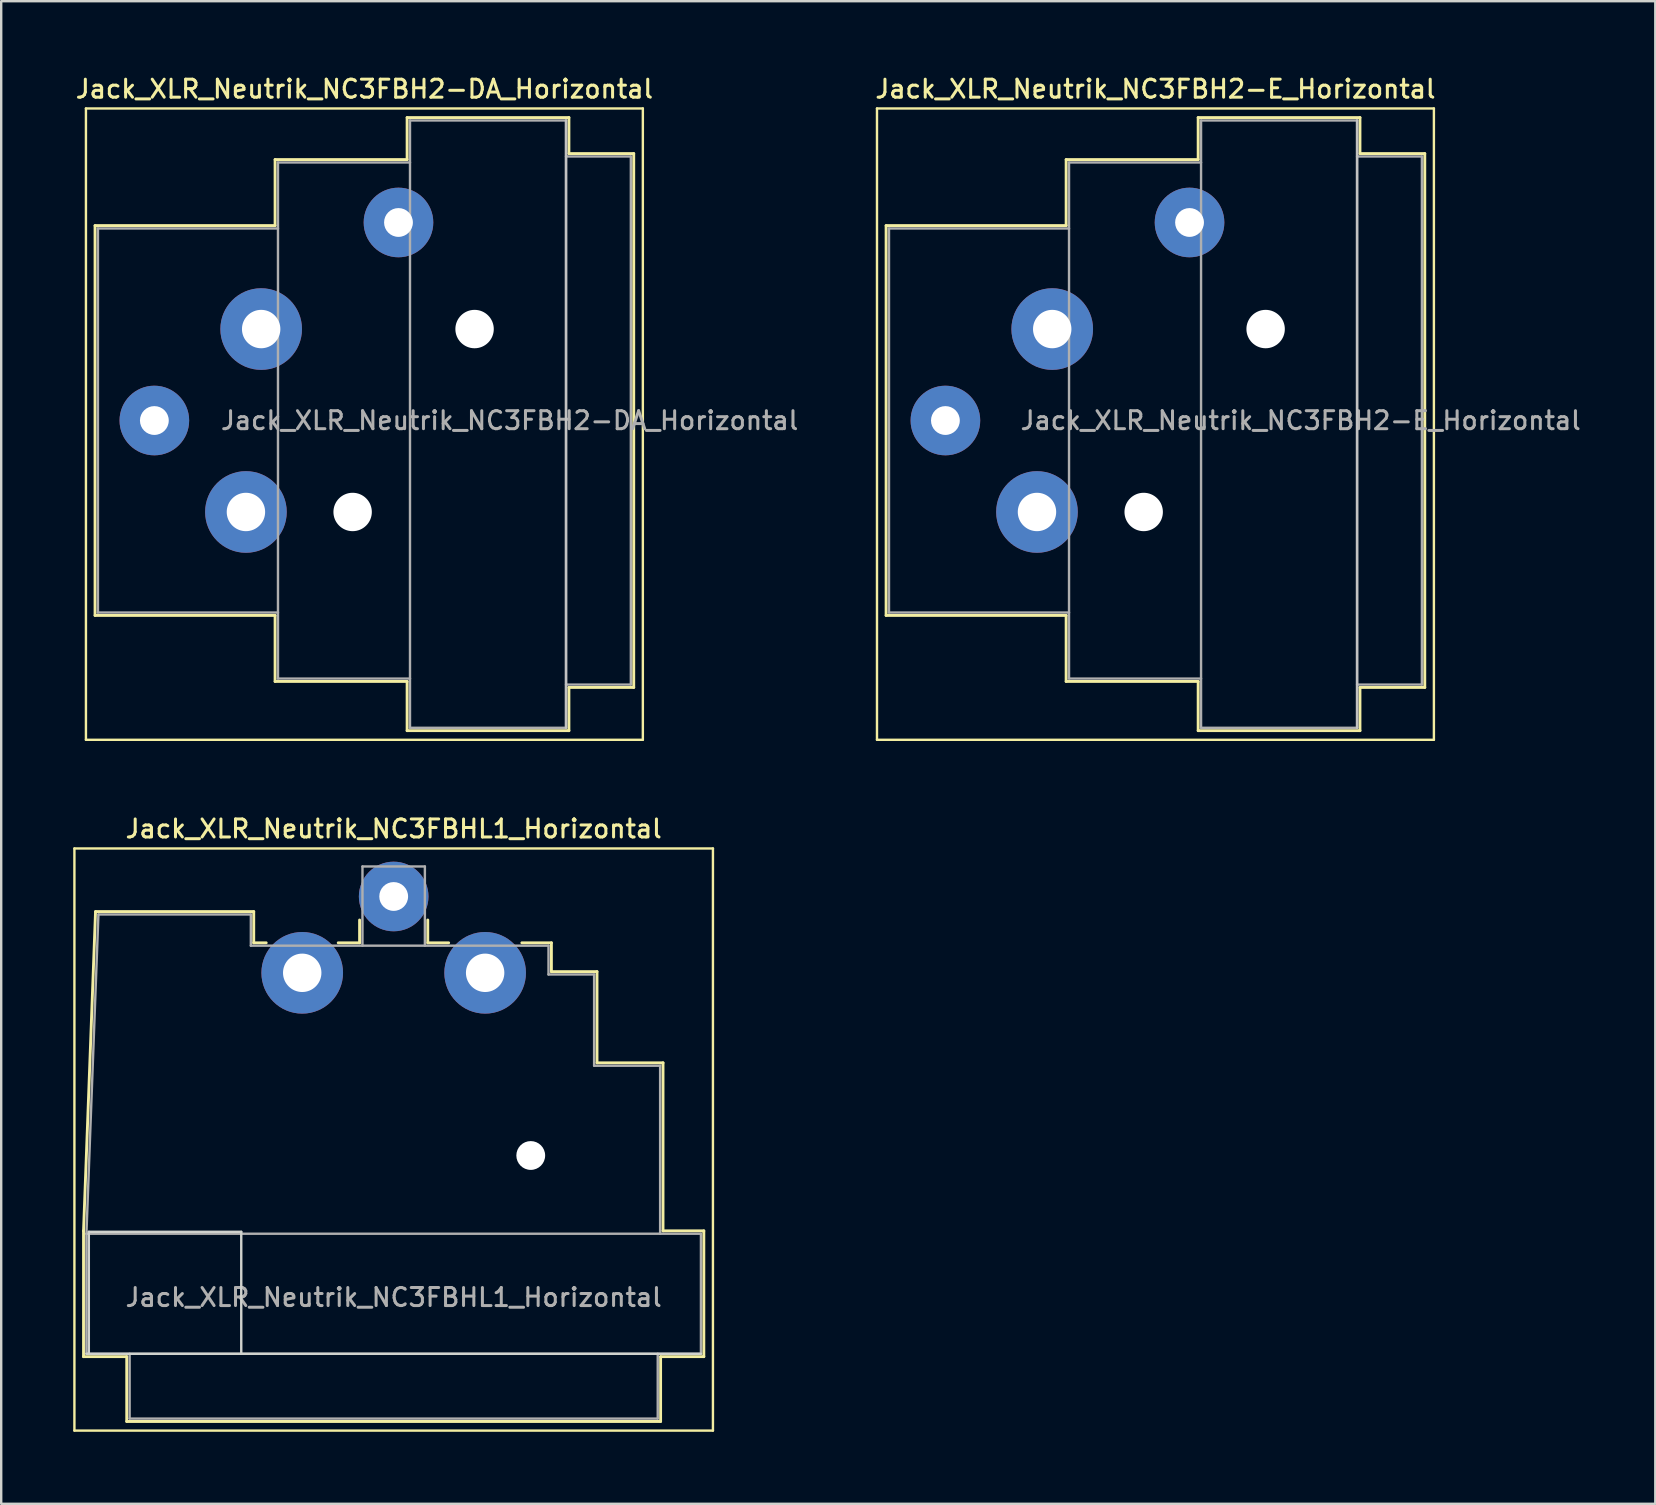
<source format=kicad_pcb>
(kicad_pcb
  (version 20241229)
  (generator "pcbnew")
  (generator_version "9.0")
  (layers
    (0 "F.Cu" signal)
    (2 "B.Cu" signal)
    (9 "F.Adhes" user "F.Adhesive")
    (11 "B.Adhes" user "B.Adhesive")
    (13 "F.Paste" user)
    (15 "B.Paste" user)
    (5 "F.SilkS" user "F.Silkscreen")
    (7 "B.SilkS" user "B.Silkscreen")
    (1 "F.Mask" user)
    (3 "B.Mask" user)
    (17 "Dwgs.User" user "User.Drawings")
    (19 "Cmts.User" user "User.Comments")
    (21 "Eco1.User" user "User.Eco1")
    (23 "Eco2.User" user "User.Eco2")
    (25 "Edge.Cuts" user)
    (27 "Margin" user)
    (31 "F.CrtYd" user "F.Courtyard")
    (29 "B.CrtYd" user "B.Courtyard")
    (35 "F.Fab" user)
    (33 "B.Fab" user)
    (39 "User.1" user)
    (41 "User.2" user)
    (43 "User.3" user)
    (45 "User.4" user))
  (footprint "Jack_XLR_Neutrik_NC3FBH2-DA_Horizontal"
    (layer "F.Cu")
    (at 7.83 10.658)
    (property "Reference" "Jack_XLR_Neutrik_NC3FBH2-DA_Horizontal" (at 4.3 -10 0) (layer "F.SilkS") (effects (font (size 0.75 0.75) (thickness 0.125))))
    (attr through_hole)
    (fp_line (start -7.3 -9.19) (end -7.3 17.11) (stroke (width 0.1) (type solid)) (layer "F.SilkS"))
    (fp_line (start -6.92 -4.31) (end -6.92 11.93) (stroke (width 0.12) (type solid)) (layer "F.SilkS"))
    (fp_line (start 0.58 -7.06) (end 0.58 -4.31) (stroke (width 0.12) (type solid)) (layer "F.SilkS"))
    (fp_line (start 0.58 -4.31) (end -6.92 -4.31) (stroke (width 0.12) (type solid)) (layer "F.SilkS"))
    (fp_line (start 0.58 11.93) (end -6.92 11.93) (stroke (width 0.12) (type solid)) (layer "F.SilkS"))
    (fp_line (start 0.58 11.93) (end 0.58 14.68) (stroke (width 0.12) (type solid)) (layer "F.SilkS"))
    (fp_line (start 6.08 -7.06) (end 0.58 -7.06) (stroke (width 0.12) (type solid)) (layer "F.SilkS"))
    (fp_line (start 6.08 -7.06) (end 6.08 -8.81) (stroke (width 0.12) (type solid)) (layer "F.SilkS"))
    (fp_line (start 6.08 14.68) (end 0.58 14.68) (stroke (width 0.12) (type solid)) (layer "F.SilkS"))
    (fp_line (start 6.08 16.73) (end 6.08 14.68) (stroke (width 0.12) (type solid)) (layer "F.SilkS"))
    (fp_line (start 12.82 -8.81) (end 6.08 -8.81) (stroke (width 0.12) (type solid)) (layer "F.SilkS"))
    (fp_line (start 12.82 -8.81) (end 12.82 -7.31) (stroke (width 0.12) (type solid)) (layer "F.SilkS"))
    (fp_line (start 12.82 -7.31) (end 15.52 -7.31) (stroke (width 0.12) (type solid)) (layer "F.SilkS"))
    (fp_line (start 12.82 14.93) (end 12.82 16.73) (stroke (width 0.12) (type solid)) (layer "F.SilkS"))
    (fp_line (start 12.82 14.93) (end 15.52 14.93) (stroke (width 0.12) (type solid)) (layer "F.SilkS"))
    (fp_line (start 12.82 16.73) (end 6.08 16.73) (stroke (width 0.12) (type solid)) (layer "F.SilkS"))
    (fp_line (start 15.52 -7.31) (end 15.52 14.93) (stroke (width 0.12) (type solid)) (layer "F.SilkS"))
    (fp_line (start 15.9 -9.19) (end -7.3 -9.19) (stroke (width 0.1) (type solid)) (layer "F.SilkS"))
    (fp_line (start 15.9 -9.19) (end 15.9 17.11) (stroke (width 0.1) (type solid)) (layer "F.SilkS"))
    (fp_line (start 15.9 17.11) (end -7.3 17.11) (stroke (width 0.1) (type solid)) (layer "F.SilkS"))
    (fp_line (start 12.7 -8.69) (end 12.7 16.61) (stroke (width 0.1) (type solid)) (layer "Dwgs.User"))
    (fp_line (start -6.8 -4.19) (end -6.8 11.81) (stroke (width 0.1) (type solid)) (layer "F.Fab"))
    (fp_line (start -6.8 11.81) (end 0.7 11.81) (stroke (width 0.1) (type solid)) (layer "F.Fab"))
    (fp_line (start 0.7 -6.94) (end 0.7 14.56) (stroke (width 0.1) (type solid)) (layer "F.Fab"))
    (fp_line (start 0.7 -4.19) (end -6.8 -4.19) (stroke (width 0.1) (type solid)) (layer "F.Fab"))
    (fp_line (start 0.7 14.56) (end 6.2 14.56) (stroke (width 0.1) (type solid)) (layer "F.Fab"))
    (fp_line (start 6.2 -8.69) (end 12.7 -8.69) (stroke (width 0.1) (type solid)) (layer "F.Fab"))
    (fp_line (start 6.2 -6.94) (end 0.7 -6.94) (stroke (width 0.1) (type solid)) (layer "F.Fab"))
    (fp_line (start 6.2 16.61) (end 6.2 -8.69) (stroke (width 0.1) (type solid)) (layer "F.Fab"))
    (fp_line (start 12.7 -8.69) (end 12.7 16.61) (stroke (width 0.1) (type solid)) (layer "F.Fab"))
    (fp_line (start 12.7 -7.19) (end 15.4 -7.19) (stroke (width 0.1) (type solid)) (layer "F.Fab"))
    (fp_line (start 12.7 16.61) (end 6.2 16.61) (stroke (width 0.1) (type solid)) (layer "F.Fab"))
    (fp_line (start 15.4 -7.19) (end 15.4 14.81) (stroke (width 0.1) (type solid)) (layer "F.Fab"))
    (fp_line (start 15.4 14.81) (end 12.7 14.81) (stroke (width 0.1) (type solid)) (layer "F.Fab"))
    (fp_text user "${REFERENCE}" (at 10.35 3.81 0) (layer "F.Fab") (effects (font (size 0.75 0.75) (thickness 0.125))))
    (pad "" np_thru_hole circle (at 3.81 7.62) (size 1.6 1.6) (drill 1.6) (layers "*.Cu" "*.Mask"))
    (pad "" np_thru_hole circle (at 8.89 0) (size 1.6 1.6) (drill 1.6) (layers "*.Cu" "*.Mask"))
    (pad "1" thru_hole circle (at 0 0) (size 3.4 3.4) (drill 1.6) (layers "*.Cu" "*.Mask"))
    (pad "2" thru_hole circle (at -0.635 7.62) (size 3.4 3.4) (drill 1.6) (layers "*.Cu" "*.Mask"))
    (pad "3" thru_hole circle (at -4.45 3.81) (size 2.9 2.9) (drill 1.2) (layers "*.Cu" "*.Mask"))
    (pad "G" thru_hole circle (at 5.72 -4.44) (size 2.9 2.9) (drill 1.2) (layers "*.Cu" "*.Mask")))
  (footprint "Jack_XLR_Neutrik_NC3FBH2-E_Horizontal"
    (layer "F.Cu")
    (at 40.784 10.658)
    (property "Reference" "Jack_XLR_Neutrik_NC3FBH2-E_Horizontal" (at 4.3 -10 0) (layer "F.SilkS") (effects (font (size 0.75 0.75) (thickness 0.125))))
    (attr through_hole)
    (fp_line (start -7.3 -9.19) (end -7.3 17.11) (stroke (width 0.1) (type solid)) (layer "F.SilkS"))
    (fp_line (start -6.92 -4.31) (end -6.92 11.93) (stroke (width 0.12) (type solid)) (layer "F.SilkS"))
    (fp_line (start 0.58 -7.06) (end 0.58 -4.31) (stroke (width 0.12) (type solid)) (layer "F.SilkS"))
    (fp_line (start 0.58 -4.31) (end -6.92 -4.31) (stroke (width 0.12) (type solid)) (layer "F.SilkS"))
    (fp_line (start 0.58 11.93) (end -6.92 11.93) (stroke (width 0.12) (type solid)) (layer "F.SilkS"))
    (fp_line (start 0.58 11.93) (end 0.58 14.68) (stroke (width 0.12) (type solid)) (layer "F.SilkS"))
    (fp_line (start 6.08 -7.06) (end 0.58 -7.06) (stroke (width 0.12) (type solid)) (layer "F.SilkS"))
    (fp_line (start 6.08 -7.06) (end 6.08 -8.81) (stroke (width 0.12) (type solid)) (layer "F.SilkS"))
    (fp_line (start 6.08 14.68) (end 0.58 14.68) (stroke (width 0.12) (type solid)) (layer "F.SilkS"))
    (fp_line (start 6.08 16.73) (end 6.08 14.68) (stroke (width 0.12) (type solid)) (layer "F.SilkS"))
    (fp_line (start 12.82 -8.81) (end 6.08 -8.81) (stroke (width 0.12) (type solid)) (layer "F.SilkS"))
    (fp_line (start 12.82 -8.81) (end 12.82 -7.31) (stroke (width 0.12) (type solid)) (layer "F.SilkS"))
    (fp_line (start 12.82 -7.31) (end 15.52 -7.31) (stroke (width 0.12) (type solid)) (layer "F.SilkS"))
    (fp_line (start 12.82 14.93) (end 12.82 16.73) (stroke (width 0.12) (type solid)) (layer "F.SilkS"))
    (fp_line (start 12.82 14.93) (end 15.52 14.93) (stroke (width 0.12) (type solid)) (layer "F.SilkS"))
    (fp_line (start 12.82 16.73) (end 6.08 16.73) (stroke (width 0.12) (type solid)) (layer "F.SilkS"))
    (fp_line (start 15.52 -7.31) (end 15.52 14.93) (stroke (width 0.12) (type solid)) (layer "F.SilkS"))
    (fp_line (start 15.9 -9.19) (end -7.3 -9.19) (stroke (width 0.1) (type solid)) (layer "F.SilkS"))
    (fp_line (start 15.9 -9.19) (end 15.9 17.11) (stroke (width 0.1) (type solid)) (layer "F.SilkS"))
    (fp_line (start 15.9 17.11) (end -7.3 17.11) (stroke (width 0.1) (type solid)) (layer "F.SilkS"))
    (fp_line (start 12.7 -8.69) (end 12.7 16.61) (stroke (width 0.1) (type solid)) (layer "Dwgs.User"))
    (fp_line (start -6.8 -4.19) (end -6.8 11.81) (stroke (width 0.1) (type solid)) (layer "F.Fab"))
    (fp_line (start -6.8 11.81) (end 0.7 11.81) (stroke (width 0.1) (type solid)) (layer "F.Fab"))
    (fp_line (start 0.7 -6.94) (end 0.7 14.56) (stroke (width 0.1) (type solid)) (layer "F.Fab"))
    (fp_line (start 0.7 -4.19) (end -6.8 -4.19) (stroke (width 0.1) (type solid)) (layer "F.Fab"))
    (fp_line (start 0.7 14.56) (end 6.2 14.56) (stroke (width 0.1) (type solid)) (layer "F.Fab"))
    (fp_line (start 6.2 -8.69) (end 12.7 -8.69) (stroke (width 0.1) (type solid)) (layer "F.Fab"))
    (fp_line (start 6.2 -6.94) (end 0.7 -6.94) (stroke (width 0.1) (type solid)) (layer "F.Fab"))
    (fp_line (start 6.2 16.61) (end 6.2 -8.69) (stroke (width 0.1) (type solid)) (layer "F.Fab"))
    (fp_line (start 12.7 -8.69) (end 12.7 16.61) (stroke (width 0.1) (type solid)) (layer "F.Fab"))
    (fp_line (start 12.7 -7.19) (end 15.4 -7.19) (stroke (width 0.1) (type solid)) (layer "F.Fab"))
    (fp_line (start 12.7 16.61) (end 6.2 16.61) (stroke (width 0.1) (type solid)) (layer "F.Fab"))
    (fp_line (start 15.4 -7.19) (end 15.4 14.81) (stroke (width 0.1) (type solid)) (layer "F.Fab"))
    (fp_line (start 15.4 14.81) (end 12.7 14.81) (stroke (width 0.1) (type solid)) (layer "F.Fab"))
    (fp_text user "${REFERENCE}" (at 10.35 3.81 0) (layer "F.Fab") (effects (font (size 0.75 0.75) (thickness 0.125))))
    (pad "" np_thru_hole circle (at 3.81 7.62) (size 1.6 1.6) (drill 1.6) (layers "*.Cu" "*.Mask"))
    (pad "" np_thru_hole circle (at 8.89 0) (size 1.6 1.6) (drill 1.6) (layers "*.Cu" "*.Mask"))
    (pad "1" thru_hole circle (at 0 0) (size 3.4 3.4) (drill 1.6) (layers "*.Cu" "*.Mask"))
    (pad "2" thru_hole circle (at -0.635 7.62) (size 3.4 3.4) (drill 1.6) (layers "*.Cu" "*.Mask"))
    (pad "3" thru_hole circle (at -4.45 3.81) (size 2.9 2.9) (drill 1.2) (layers "*.Cu" "*.Mask"))
    (pad "G" thru_hole circle (at 5.72 -4.44) (size 2.9 2.9) (drill 1.2) (layers "*.Cu" "*.Mask")))
  (footprint "Jack_XLR_Neutrik_NC3FBHL1_Horizontal"
    (layer "F.Cu")
    (at 9.54 37.476)
    (property "Reference" "Jack_XLR_Neutrik_NC3FBHL1_Horizontal" (at 3.81 -6 0) (layer "F.SilkS") (effects (font (size 0.75 0.75) (thickness 0.125))))
    (attr through_hole)
    (fp_line (start -9.49 19.07) (end -9.49 -5.18) (stroke (width 0.1) (type solid)) (layer "F.SilkS"))
    (fp_line (start -9.11 10.75) (end -8.61 -2.55) (stroke (width 0.12) (type solid)) (layer "F.SilkS"))
    (fp_line (start -9.11 15.99) (end -9.11 10.75) (stroke (width 0.12) (type solid)) (layer "F.SilkS"))
    (fp_line (start -8.61 -2.55) (end -2.02 -2.55) (stroke (width 0.12) (type solid)) (layer "F.SilkS"))
    (fp_line (start -7.31 15.99) (end -9.11 15.99) (stroke (width 0.12) (type solid)) (layer "F.SilkS"))
    (fp_line (start -7.31 15.99) (end -7.31 18.69) (stroke (width 0.12) (type solid)) (layer "F.SilkS"))
    (fp_line (start -2.02 -2.55) (end -2.02 -1.25) (stroke (width 0.12) (type solid)) (layer "F.SilkS"))
    (fp_line (start -2.02 -1.25) (end -1.5 -1.25) (stroke (width 0.12) (type solid)) (layer "F.SilkS"))
    (fp_line (start 1.5 -1.25) (end 2.39 -1.25) (stroke (width 0.12) (type solid)) (layer "F.SilkS"))
    (fp_line (start 2.39 -1.25) (end 2.39 -2.2) (stroke (width 0.12) (type solid)) (layer "F.SilkS"))
    (fp_line (start 5.23 -1.25) (end 5.23 -2.2) (stroke (width 0.12) (type solid)) (layer "F.SilkS"))
    (fp_line (start 5.23 -1.25) (end 6.1 -1.25) (stroke (width 0.12) (type solid)) (layer "F.SilkS"))
    (fp_line (start 9.15 -1.25) (end 10.38 -1.25) (stroke (width 0.12) (type solid)) (layer "F.SilkS"))
    (fp_line (start 10.38 -0.05) (end 10.38 -1.25) (stroke (width 0.12) (type solid)) (layer "F.SilkS"))
    (fp_line (start 10.38 -0.05) (end 12.28 -0.05) (stroke (width 0.12) (type solid)) (layer "F.SilkS"))
    (fp_line (start 12.28 3.75) (end 12.28 -0.05) (stroke (width 0.12) (type solid)) (layer "F.SilkS"))
    (fp_line (start 12.28 3.75) (end 15.03 3.75) (stroke (width 0.12) (type solid)) (layer "F.SilkS"))
    (fp_line (start 14.93 15.99) (end 14.93 18.69) (stroke (width 0.12) (type solid)) (layer "F.SilkS"))
    (fp_line (start 14.93 18.69) (end -7.31 18.69) (stroke (width 0.12) (type solid)) (layer "F.SilkS"))
    (fp_line (start 15.03 10.75) (end 15.03 3.75) (stroke (width 0.12) (type solid)) (layer "F.SilkS"))
    (fp_line (start 15.03 10.75) (end 16.73 10.75) (stroke (width 0.12) (type solid)) (layer "F.SilkS"))
    (fp_line (start 16.73 15.99) (end 14.93 15.99) (stroke (width 0.12) (type solid)) (layer "F.SilkS"))
    (fp_line (start 16.73 15.99) (end 16.73 10.75) (stroke (width 0.12) (type solid)) (layer "F.SilkS"))
    (fp_line (start 17.11 -5.18) (end -9.49 -5.18) (stroke (width 0.1) (type solid)) (layer "F.SilkS"))
    (fp_line (start 17.11 19.07) (end -9.49 19.07) (stroke (width 0.1) (type solid)) (layer "F.SilkS"))
    (fp_line (start 17.11 19.07) (end 17.11 -5.18) (stroke (width 0.1) (type solid)) (layer "F.SilkS"))
    (fp_line (start -8.89 10.79) (end -8.89 15.87) (stroke (width 0.1) (type solid)) (layer "Edge.Cuts"))
    (fp_line (start -2.54 10.79) (end -8.89 10.79) (stroke (width 0.1) (type solid)) (layer "Edge.Cuts"))
    (fp_line (start -2.54 15.87) (end -2.54 10.79) (stroke (width 0.1) (type solid)) (layer "Edge.Cuts"))
    (fp_line (start 16.61 15.87) (end -8.99 15.87) (stroke (width 0.1) (type solid)) (layer "Edge.Cuts"))
    (fp_line (start -8.99 10.87) (end 16.61 10.87) (stroke (width 0.1) (type solid)) (layer "F.Fab"))
    (fp_line (start -8.99 15.87) (end -8.99 10.87) (stroke (width 0.1) (type solid)) (layer "F.Fab"))
    (fp_line (start -8.49 -2.43) (end -8.99 10.87) (stroke (width 0.1) (type solid)) (layer "F.Fab"))
    (fp_line (start -8.49 -2.43) (end -2.14 -2.43) (stroke (width 0.1) (type solid)) (layer "F.Fab"))
    (fp_line (start -7.19 18.57) (end -7.19 15.87) (stroke (width 0.1) (type solid)) (layer "F.Fab"))
    (fp_line (start -2.14 -1.13) (end -2.14 -2.43) (stroke (width 0.1) (type solid)) (layer "F.Fab"))
    (fp_line (start -2.14 -1.13) (end 10.26 -1.13) (stroke (width 0.1) (type solid)) (layer "F.Fab"))
    (fp_line (start 2.51 -4.43) (end 2.51 -1.13) (stroke (width 0.1) (type solid)) (layer "F.Fab"))
    (fp_line (start 2.51 -4.43) (end 5.11 -4.43) (stroke (width 0.1) (type solid)) (layer "F.Fab"))
    (fp_line (start 5.11 -4.43) (end 5.11 -1.13) (stroke (width 0.1) (type solid)) (layer "F.Fab"))
    (fp_line (start 10.26 -1.13) (end 10.26 0.07) (stroke (width 0.1) (type solid)) (layer "F.Fab"))
    (fp_line (start 10.26 0.07) (end 12.16 0.07) (stroke (width 0.1) (type solid)) (layer "F.Fab"))
    (fp_line (start 12.16 0.07) (end 12.16 3.87) (stroke (width 0.1) (type solid)) (layer "F.Fab"))
    (fp_line (start 12.16 3.87) (end 14.91 3.87) (stroke (width 0.1) (type solid)) (layer "F.Fab"))
    (fp_line (start 14.81 15.87) (end 14.81 18.57) (stroke (width 0.1) (type solid)) (layer "F.Fab"))
    (fp_line (start 14.81 18.57) (end -7.19 18.57) (stroke (width 0.1) (type solid)) (layer "F.Fab"))
    (fp_line (start 14.91 3.87) (end 14.91 10.87) (stroke (width 0.1) (type solid)) (layer "F.Fab"))
    (fp_line (start 16.61 10.87) (end 16.61 15.87) (stroke (width 0.1) (type solid)) (layer "F.Fab"))
    (fp_line (start 16.61 15.87) (end -8.99 15.87) (stroke (width 0.1) (type solid)) (layer "F.Fab"))
    (fp_text user "${REFERENCE}" (at 3.81 13.52 0) (layer "F.Fab") (effects (font (size 0.75 0.75) (thickness 0.125))))
    (pad "" np_thru_hole circle (at 9.52 7.61) (size 1.2 1.2) (drill 1.2) (layers "*.Cu" "*.Mask"))
    (pad "1" thru_hole circle (at 0 0) (size 3.4 3.4) (drill 1.6) (layers "*.Cu" "*.Mask"))
    (pad "2" thru_hole circle (at 3.81 -3.18) (size 2.9 2.9) (drill 1.2) (layers "*.Cu" "*.Mask"))
    (pad "3" thru_hole circle (at 7.62 0) (size 3.4 3.4) (drill 1.6) (layers "*.Cu" "*.Mask")))
  (gr_rect
    (start -3 -3)
    (end 65.907 59.596)
    (stroke (width 0.1) (type default))
    (fill no)
    (layer "Edge.Cuts")))
</source>
